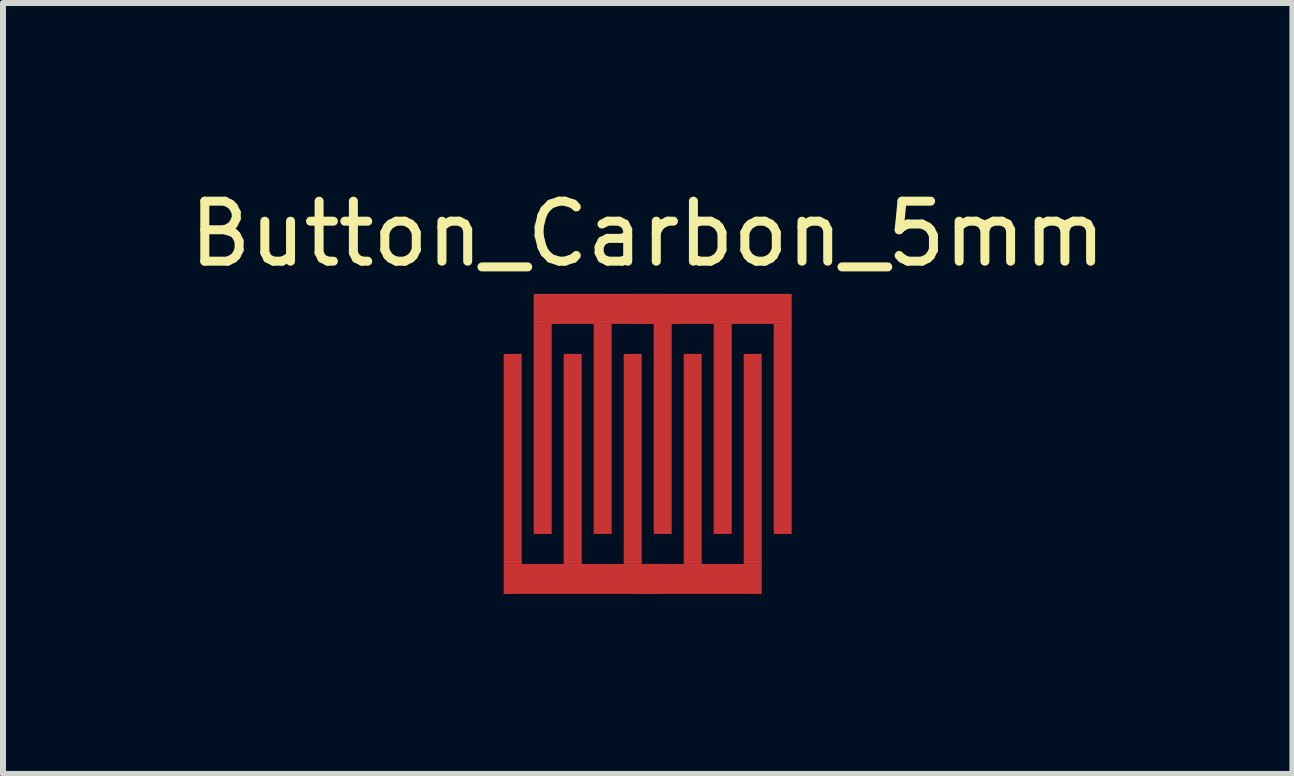
<source format=kicad_pcb>
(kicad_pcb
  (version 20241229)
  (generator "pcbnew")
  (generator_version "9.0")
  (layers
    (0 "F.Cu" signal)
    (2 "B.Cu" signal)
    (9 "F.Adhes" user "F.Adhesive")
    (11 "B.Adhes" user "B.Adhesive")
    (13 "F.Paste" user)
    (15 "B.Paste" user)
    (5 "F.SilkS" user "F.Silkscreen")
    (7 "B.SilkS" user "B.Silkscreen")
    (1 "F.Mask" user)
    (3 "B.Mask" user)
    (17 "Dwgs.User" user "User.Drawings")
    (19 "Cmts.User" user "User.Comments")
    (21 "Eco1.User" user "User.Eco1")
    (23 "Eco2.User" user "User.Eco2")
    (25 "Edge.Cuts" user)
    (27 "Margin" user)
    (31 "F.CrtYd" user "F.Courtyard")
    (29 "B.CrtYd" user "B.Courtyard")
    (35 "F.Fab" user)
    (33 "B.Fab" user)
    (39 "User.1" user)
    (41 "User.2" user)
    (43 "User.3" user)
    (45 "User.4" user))
  (footprint "Button_Carbon_5mm"
    (layer "F.Cu")
    (at 7.744 4.348)
    (property "Reference" "Button_Carbon_5mm" (at 0 -3.5 0) (layer "F.SilkS") (effects (font (size 1 1) (thickness 0.15))))
    (attr exclude_from_pos_files exclude_from_bom)
    (fp_poly (pts (xy -2.1 2) (xy -2.4 2) (xy -2.4 -1.5) (xy -2.1 -1.5)) (stroke (width 0) (type solid)) (fill yes) (layer "F.Cu"))
    (fp_poly (pts (xy -1.6 1.5) (xy -1.9 1.5) (xy -1.9 -2) (xy -1.6 -2)) (stroke (width 0) (type solid)) (fill yes) (layer "F.Cu"))
    (fp_poly (pts (xy -1.1 2) (xy -1.4 2) (xy -1.4 -1.5) (xy -1.1 -1.5)) (stroke (width 0) (type solid)) (fill yes) (layer "F.Cu"))
    (fp_poly (pts (xy -0.6 1.5) (xy -0.9 1.5) (xy -0.9 -2) (xy -0.6 -2)) (stroke (width 0) (type solid)) (fill yes) (layer "F.Cu"))
    (fp_poly (pts (xy -0.1 2) (xy -0.4 2) (xy -0.4 -1.5) (xy -0.1 -1.5)) (stroke (width 0) (type solid)) (fill yes) (layer "F.Cu"))
    (fp_poly (pts (xy 0.4 1.5) (xy 0.1 1.5) (xy 0.1 -2) (xy 0.4 -2)) (stroke (width 0) (type solid)) (fill yes) (layer "F.Cu"))
    (fp_poly (pts (xy 0.9 2) (xy 0.6 2) (xy 0.6 -1.5) (xy 0.9 -1.5)) (stroke (width 0) (type solid)) (fill yes) (layer "F.Cu"))
    (fp_poly (pts (xy 1.4 1.5) (xy 1.1 1.5) (xy 1.1 -2) (xy 1.4 -2)) (stroke (width 0) (type solid)) (fill yes) (layer "F.Cu"))
    (fp_poly (pts (xy 1.9 2) (xy 1.6 2) (xy 1.6 -1.5) (xy 1.9 -1.5)) (stroke (width 0) (type solid)) (fill yes) (layer "F.Cu"))
    (fp_poly (pts (xy 1.9 2) (xy 1.9 2.5) (xy -2.4 2.5) (xy -2.4 2)) (stroke (width 0) (type solid)) (fill yes) (layer "F.Cu"))
    (fp_poly (pts (xy 2.4 -2.5) (xy 2.4 -2) (xy -1.9 -2) (xy -1.9 -2.5)) (stroke (width 0) (type solid)) (fill yes) (layer "F.Cu"))
    (fp_poly (pts (xy 2.4 1.5) (xy 2.1 1.5) (xy 2.1 -2) (xy 2.4 -2)) (stroke (width 0) (type solid)) (fill yes) (layer "F.Cu"))
    (fp_poly (pts (xy 2.4 2.5) (xy -2.4 2.5) (xy -2.4 -2.5) (xy 2.4 -2.5)) (stroke (width 0) (type solid)) (fill yes) (layer "F.Mask"))
    (pad "1" smd rect (at 0 -2.25) (size 0.5 0.5) (layers "F.Cu" "F.Mask"))
    (pad "2" smd rect (at 0 2.25) (size 0.5 0.5) (layers "F.Cu" "F.Mask")))
  (gr_rect
    (start -3 -3)
    (end 18.488 9.848)
    (stroke (width 0.1) (type default))
    (fill no)
    (layer "Edge.Cuts")))
</source>
